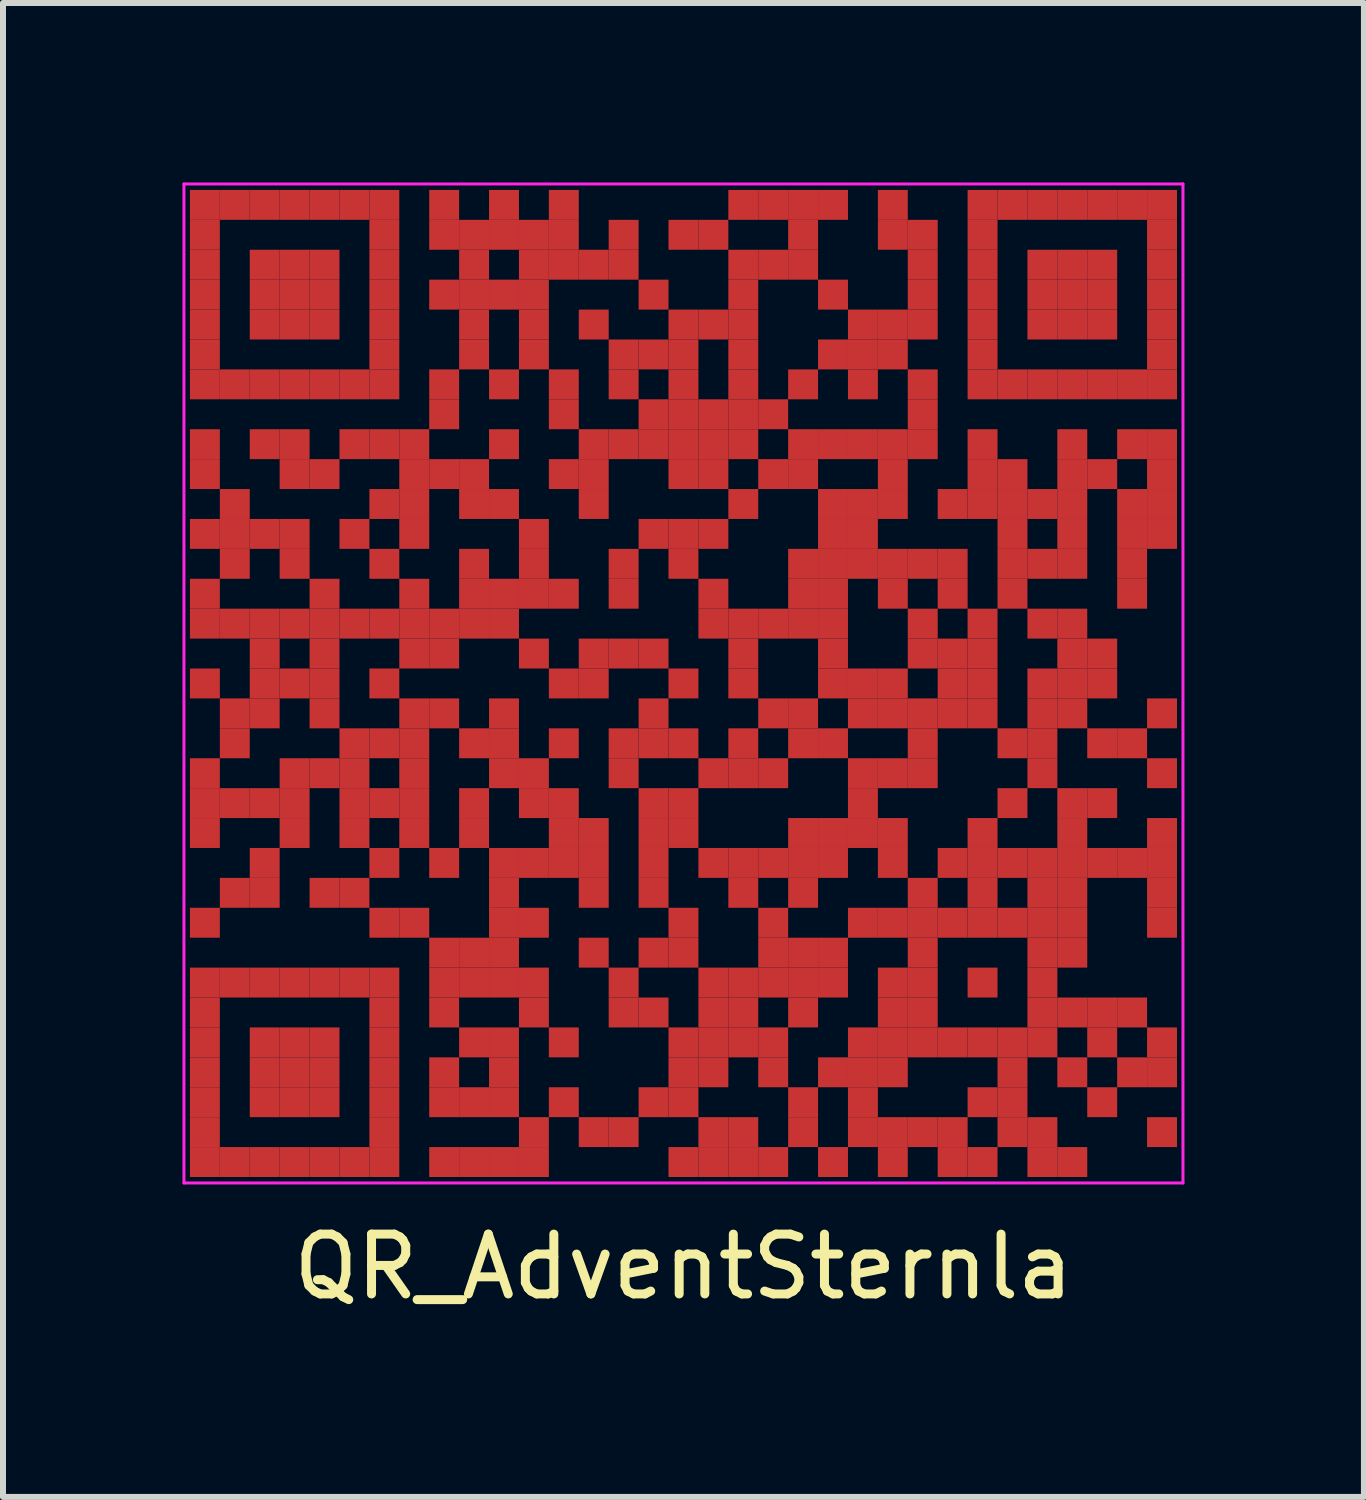
<source format=kicad_pcb>
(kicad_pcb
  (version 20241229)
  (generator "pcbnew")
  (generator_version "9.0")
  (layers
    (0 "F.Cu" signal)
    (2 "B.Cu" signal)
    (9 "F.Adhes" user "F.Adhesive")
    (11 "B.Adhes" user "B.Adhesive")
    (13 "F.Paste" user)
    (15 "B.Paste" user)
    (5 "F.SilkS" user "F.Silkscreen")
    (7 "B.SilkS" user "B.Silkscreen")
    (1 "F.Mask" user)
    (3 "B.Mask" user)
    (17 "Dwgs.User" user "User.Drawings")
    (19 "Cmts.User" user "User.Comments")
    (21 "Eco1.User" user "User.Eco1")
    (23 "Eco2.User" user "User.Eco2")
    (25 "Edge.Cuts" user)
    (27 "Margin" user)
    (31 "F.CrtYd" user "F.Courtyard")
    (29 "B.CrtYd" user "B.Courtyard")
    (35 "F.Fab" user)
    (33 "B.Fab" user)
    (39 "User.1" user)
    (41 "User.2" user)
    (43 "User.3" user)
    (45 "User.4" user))
  (footprint "QR_AdventSternla"
    (layer "F.Cu")
    (at 8.375 8.375)
    (property "Reference" "QR_AdventSternla" (at 0 9.75 0) (layer "F.SilkS") (effects (font (size 1 1) (thickness 0.15))))
    (fp_rect (start -8.3 -8.3) (end 8.3 8.3) (stroke (width 0) (type solid)) (fill yes) (layer "F.Mask"))
    (fp_line (start -8.35 -8.35) (end 8.35 -8.35) (stroke (width 0.05) (type solid)) (layer "F.CrtYd"))
    (fp_line (start -8.35 8.35) (end -8.35 -8.35) (stroke (width 0.05) (type solid)) (layer "F.CrtYd"))
    (fp_line (start 8.35 -8.35) (end 8.35 8.35) (stroke (width 0.05) (type solid)) (layer "F.CrtYd"))
    (fp_line (start 8.35 8.35) (end -8.35 8.35) (stroke (width 0.05) (type solid)) (layer "F.CrtYd"))
    (pad "" smd rect (at -8 -8) (size 0.5 0.5) (layers "F.Cu"))
    (pad "" smd rect (at -8 -7.5) (size 0.5 0.5) (layers "F.Cu"))
    (pad "" smd rect (at -8 -7) (size 0.5 0.5) (layers "F.Cu"))
    (pad "" smd rect (at -8 -6.5) (size 0.5 0.5) (layers "F.Cu"))
    (pad "" smd rect (at -8 -6) (size 0.5 0.5) (layers "F.Cu"))
    (pad "" smd rect (at -8 -5.5) (size 0.5 0.5) (layers "F.Cu"))
    (pad "" smd rect (at -8 -5) (size 0.5 0.5) (layers "F.Cu"))
    (pad "" smd rect (at -8 -4) (size 0.5 0.5) (layers "F.Cu"))
    (pad "" smd rect (at -8 -3.5) (size 0.5 0.5) (layers "F.Cu"))
    (pad "" smd rect (at -8 -2.5) (size 0.5 0.5) (layers "F.Cu"))
    (pad "" smd rect (at -8 -1.5) (size 0.5 0.5) (layers "F.Cu"))
    (pad "" smd rect (at -8 -1) (size 0.5 0.5) (layers "F.Cu"))
    (pad "" smd rect (at -8 0) (size 0.5 0.5) (layers "F.Cu"))
    (pad "" smd rect (at -8 1.5) (size 0.5 0.5) (layers "F.Cu"))
    (pad "" smd rect (at -8 2) (size 0.5 0.5) (layers "F.Cu"))
    (pad "" smd rect (at -8 2.5) (size 0.5 0.5) (layers "F.Cu"))
    (pad "" smd rect (at -8 4) (size 0.5 0.5) (layers "F.Cu"))
    (pad "" smd rect (at -8 5) (size 0.5 0.5) (layers "F.Cu"))
    (pad "" smd rect (at -8 5.5) (size 0.5 0.5) (layers "F.Cu"))
    (pad "" smd rect (at -8 6) (size 0.5 0.5) (layers "F.Cu"))
    (pad "" smd rect (at -8 6.5) (size 0.5 0.5) (layers "F.Cu"))
    (pad "" smd rect (at -8 7) (size 0.5 0.5) (layers "F.Cu"))
    (pad "" smd rect (at -8 7.5) (size 0.5 0.5) (layers "F.Cu"))
    (pad "" smd rect (at -8 8) (size 0.5 0.5) (layers "F.Cu"))
    (pad "" smd rect (at -7.5 -8) (size 0.5 0.5) (layers "F.Cu"))
    (pad "" smd rect (at -7.5 -5) (size 0.5 0.5) (layers "F.Cu"))
    (pad "" smd rect (at -7.5 -3) (size 0.5 0.5) (layers "F.Cu"))
    (pad "" smd rect (at -7.5 -2.5) (size 0.5 0.5) (layers "F.Cu"))
    (pad "" smd rect (at -7.5 -2) (size 0.5 0.5) (layers "F.Cu"))
    (pad "" smd rect (at -7.5 -1) (size 0.5 0.5) (layers "F.Cu"))
    (pad "" smd rect (at -7.5 0.5) (size 0.5 0.5) (layers "F.Cu"))
    (pad "" smd rect (at -7.5 1) (size 0.5 0.5) (layers "F.Cu"))
    (pad "" smd rect (at -7.5 2) (size 0.5 0.5) (layers "F.Cu"))
    (pad "" smd rect (at -7.5 3.5) (size 0.5 0.5) (layers "F.Cu"))
    (pad "" smd rect (at -7.5 5) (size 0.5 0.5) (layers "F.Cu"))
    (pad "" smd rect (at -7.5 8) (size 0.5 0.5) (layers "F.Cu"))
    (pad "" smd rect (at -7 -8) (size 0.5 0.5) (layers "F.Cu"))
    (pad "" smd rect (at -7 -7) (size 0.5 0.5) (layers "F.Cu"))
    (pad "" smd rect (at -7 -6.5) (size 0.5 0.5) (layers "F.Cu"))
    (pad "" smd rect (at -7 -6) (size 0.5 0.5) (layers "F.Cu"))
    (pad "" smd rect (at -7 -5) (size 0.5 0.5) (layers "F.Cu"))
    (pad "" smd rect (at -7 -4) (size 0.5 0.5) (layers "F.Cu"))
    (pad "" smd rect (at -7 -2.5) (size 0.5 0.5) (layers "F.Cu"))
    (pad "" smd rect (at -7 -1) (size 0.5 0.5) (layers "F.Cu"))
    (pad "" smd rect (at -7 -0.5) (size 0.5 0.5) (layers "F.Cu"))
    (pad "" smd rect (at -7 0) (size 0.5 0.5) (layers "F.Cu"))
    (pad "" smd rect (at -7 0.5) (size 0.5 0.5) (layers "F.Cu"))
    (pad "" smd rect (at -7 2) (size 0.5 0.5) (layers "F.Cu"))
    (pad "" smd rect (at -7 3) (size 0.5 0.5) (layers "F.Cu"))
    (pad "" smd rect (at -7 3.5) (size 0.5 0.5) (layers "F.Cu"))
    (pad "" smd rect (at -7 5) (size 0.5 0.5) (layers "F.Cu"))
    (pad "" smd rect (at -7 6) (size 0.5 0.5) (layers "F.Cu"))
    (pad "" smd rect (at -7 6.5) (size 0.5 0.5) (layers "F.Cu"))
    (pad "" smd rect (at -7 7) (size 0.5 0.5) (layers "F.Cu"))
    (pad "" smd rect (at -7 8) (size 0.5 0.5) (layers "F.Cu"))
    (pad "" smd rect (at -6.5 -8) (size 0.5 0.5) (layers "F.Cu"))
    (pad "" smd rect (at -6.5 -7) (size 0.5 0.5) (layers "F.Cu"))
    (pad "" smd rect (at -6.5 -6.5) (size 0.5 0.5) (layers "F.Cu"))
    (pad "" smd rect (at -6.5 -6) (size 0.5 0.5) (layers "F.Cu"))
    (pad "" smd rect (at -6.5 -5) (size 0.5 0.5) (layers "F.Cu"))
    (pad "" smd rect (at -6.5 -4) (size 0.5 0.5) (layers "F.Cu"))
    (pad "" smd rect (at -6.5 -3.5) (size 0.5 0.5) (layers "F.Cu"))
    (pad "" smd rect (at -6.5 -2.5) (size 0.5 0.5) (layers "F.Cu"))
    (pad "" smd rect (at -6.5 -2) (size 0.5 0.5) (layers "F.Cu"))
    (pad "" smd rect (at -6.5 -1) (size 0.5 0.5) (layers "F.Cu"))
    (pad "" smd rect (at -6.5 0) (size 0.5 0.5) (layers "F.Cu"))
    (pad "" smd rect (at -6.5 1.5) (size 0.5 0.5) (layers "F.Cu"))
    (pad "" smd rect (at -6.5 2) (size 0.5 0.5) (layers "F.Cu"))
    (pad "" smd rect (at -6.5 2.5) (size 0.5 0.5) (layers "F.Cu"))
    (pad "" smd rect (at -6.5 5) (size 0.5 0.5) (layers "F.Cu"))
    (pad "" smd rect (at -6.5 6) (size 0.5 0.5) (layers "F.Cu"))
    (pad "" smd rect (at -6.5 6.5) (size 0.5 0.5) (layers "F.Cu"))
    (pad "" smd rect (at -6.5 7) (size 0.5 0.5) (layers "F.Cu"))
    (pad "" smd rect (at -6.5 8) (size 0.5 0.5) (layers "F.Cu"))
    (pad "" smd rect (at -6 -8) (size 0.5 0.5) (layers "F.Cu"))
    (pad "" smd rect (at -6 -7) (size 0.5 0.5) (layers "F.Cu"))
    (pad "" smd rect (at -6 -6.5) (size 0.5 0.5) (layers "F.Cu"))
    (pad "" smd rect (at -6 -6) (size 0.5 0.5) (layers "F.Cu"))
    (pad "" smd rect (at -6 -5) (size 0.5 0.5) (layers "F.Cu"))
    (pad "" smd rect (at -6 -3.5) (size 0.5 0.5) (layers "F.Cu"))
    (pad "" smd rect (at -6 -1.5) (size 0.5 0.5) (layers "F.Cu"))
    (pad "" smd rect (at -6 -1) (size 0.5 0.5) (layers "F.Cu"))
    (pad "" smd rect (at -6 -0.5) (size 0.5 0.5) (layers "F.Cu"))
    (pad "" smd rect (at -6 0) (size 0.5 0.5) (layers "F.Cu"))
    (pad "" smd rect (at -6 0.5) (size 0.5 0.5) (layers "F.Cu"))
    (pad "" smd rect (at -6 1.5) (size 0.5 0.5) (layers "F.Cu"))
    (pad "" smd rect (at -6 3.5) (size 0.5 0.5) (layers "F.Cu"))
    (pad "" smd rect (at -6 5) (size 0.5 0.5) (layers "F.Cu"))
    (pad "" smd rect (at -6 6) (size 0.5 0.5) (layers "F.Cu"))
    (pad "" smd rect (at -6 6.5) (size 0.5 0.5) (layers "F.Cu"))
    (pad "" smd rect (at -6 7) (size 0.5 0.5) (layers "F.Cu"))
    (pad "" smd rect (at -6 8) (size 0.5 0.5) (layers "F.Cu"))
    (pad "" smd rect (at -5.5 -8) (size 0.5 0.5) (layers "F.Cu"))
    (pad "" smd rect (at -5.5 -5) (size 0.5 0.5) (layers "F.Cu"))
    (pad "" smd rect (at -5.5 -4) (size 0.5 0.5) (layers "F.Cu"))
    (pad "" smd rect (at -5.5 -2.5) (size 0.5 0.5) (layers "F.Cu"))
    (pad "" smd rect (at -5.5 -1) (size 0.5 0.5) (layers "F.Cu"))
    (pad "" smd rect (at -5.5 1) (size 0.5 0.5) (layers "F.Cu"))
    (pad "" smd rect (at -5.5 1.5) (size 0.5 0.5) (layers "F.Cu"))
    (pad "" smd rect (at -5.5 2) (size 0.5 0.5) (layers "F.Cu"))
    (pad "" smd rect (at -5.5 2.5) (size 0.5 0.5) (layers "F.Cu"))
    (pad "" smd rect (at -5.5 3.5) (size 0.5 0.5) (layers "F.Cu"))
    (pad "" smd rect (at -5.5 5) (size 0.5 0.5) (layers "F.Cu"))
    (pad "" smd rect (at -5.5 8) (size 0.5 0.5) (layers "F.Cu"))
    (pad "" smd rect (at -5 -8) (size 0.5 0.5) (layers "F.Cu"))
    (pad "" smd rect (at -5 -7.5) (size 0.5 0.5) (layers "F.Cu"))
    (pad "" smd rect (at -5 -7) (size 0.5 0.5) (layers "F.Cu"))
    (pad "" smd rect (at -5 -6.5) (size 0.5 0.5) (layers "F.Cu"))
    (pad "" smd rect (at -5 -6) (size 0.5 0.5) (layers "F.Cu"))
    (pad "" smd rect (at -5 -5.5) (size 0.5 0.5) (layers "F.Cu"))
    (pad "" smd rect (at -5 -5) (size 0.5 0.5) (layers "F.Cu"))
    (pad "" smd rect (at -5 -4) (size 0.5 0.5) (layers "F.Cu"))
    (pad "" smd rect (at -5 -3) (size 0.5 0.5) (layers "F.Cu"))
    (pad "" smd rect (at -5 -2) (size 0.5 0.5) (layers "F.Cu"))
    (pad "" smd rect (at -5 -1) (size 0.5 0.5) (layers "F.Cu"))
    (pad "" smd rect (at -5 0) (size 0.5 0.5) (layers "F.Cu"))
    (pad "" smd rect (at -5 1) (size 0.5 0.5) (layers "F.Cu"))
    (pad "" smd rect (at -5 2) (size 0.5 0.5) (layers "F.Cu"))
    (pad "" smd rect (at -5 3) (size 0.5 0.5) (layers "F.Cu"))
    (pad "" smd rect (at -5 4) (size 0.5 0.5) (layers "F.Cu"))
    (pad "" smd rect (at -5 5) (size 0.5 0.5) (layers "F.Cu"))
    (pad "" smd rect (at -5 5.5) (size 0.5 0.5) (layers "F.Cu"))
    (pad "" smd rect (at -5 6) (size 0.5 0.5) (layers "F.Cu"))
    (pad "" smd rect (at -5 6.5) (size 0.5 0.5) (layers "F.Cu"))
    (pad "" smd rect (at -5 7) (size 0.5 0.5) (layers "F.Cu"))
    (pad "" smd rect (at -5 7.5) (size 0.5 0.5) (layers "F.Cu"))
    (pad "" smd rect (at -5 8) (size 0.5 0.5) (layers "F.Cu"))
    (pad "" smd rect (at -4.5 -4) (size 0.5 0.5) (layers "F.Cu"))
    (pad "" smd rect (at -4.5 -3.5) (size 0.5 0.5) (layers "F.Cu"))
    (pad "" smd rect (at -4.5 -3) (size 0.5 0.5) (layers "F.Cu"))
    (pad "" smd rect (at -4.5 -2.5) (size 0.5 0.5) (layers "F.Cu"))
    (pad "" smd rect (at -4.5 -1.5) (size 0.5 0.5) (layers "F.Cu"))
    (pad "" smd rect (at -4.5 -1) (size 0.5 0.5) (layers "F.Cu"))
    (pad "" smd rect (at -4.5 -0.5) (size 0.5 0.5) (layers "F.Cu"))
    (pad "" smd rect (at -4.5 0.5) (size 0.5 0.5) (layers "F.Cu"))
    (pad "" smd rect (at -4.5 1) (size 0.5 0.5) (layers "F.Cu"))
    (pad "" smd rect (at -4.5 1.5) (size 0.5 0.5) (layers "F.Cu"))
    (pad "" smd rect (at -4.5 2) (size 0.5 0.5) (layers "F.Cu"))
    (pad "" smd rect (at -4.5 2.5) (size 0.5 0.5) (layers "F.Cu"))
    (pad "" smd rect (at -4.5 4) (size 0.5 0.5) (layers "F.Cu"))
    (pad "" smd rect (at -4 -8) (size 0.5 0.5) (layers "F.Cu"))
    (pad "" smd rect (at -4 -7.5) (size 0.5 0.5) (layers "F.Cu"))
    (pad "" smd rect (at -4 -6.5) (size 0.5 0.5) (layers "F.Cu"))
    (pad "" smd rect (at -4 -5) (size 0.5 0.5) (layers "F.Cu"))
    (pad "" smd rect (at -4 -4.5) (size 0.5 0.5) (layers "F.Cu"))
    (pad "" smd rect (at -4 -3.5) (size 0.5 0.5) (layers "F.Cu"))
    (pad "" smd rect (at -4 -1) (size 0.5 0.5) (layers "F.Cu"))
    (pad "" smd rect (at -4 -0.5) (size 0.5 0.5) (layers "F.Cu"))
    (pad "" smd rect (at -4 0.5) (size 0.5 0.5) (layers "F.Cu"))
    (pad "" smd rect (at -4 3) (size 0.5 0.5) (layers "F.Cu"))
    (pad "" smd rect (at -4 4.5) (size 0.5 0.5) (layers "F.Cu"))
    (pad "" smd rect (at -4 5) (size 0.5 0.5) (layers "F.Cu"))
    (pad "" smd rect (at -4 5.5) (size 0.5 0.5) (layers "F.Cu"))
    (pad "" smd rect (at -4 6.5) (size 0.5 0.5) (layers "F.Cu"))
    (pad "" smd rect (at -4 7) (size 0.5 0.5) (layers "F.Cu"))
    (pad "" smd rect (at -4 8) (size 0.5 0.5) (layers "F.Cu"))
    (pad "" smd rect (at -3.5 -7.5) (size 0.5 0.5) (layers "F.Cu"))
    (pad "" smd rect (at -3.5 -7) (size 0.5 0.5) (layers "F.Cu"))
    (pad "" smd rect (at -3.5 -6.5) (size 0.5 0.5) (layers "F.Cu"))
    (pad "" smd rect (at -3.5 -6) (size 0.5 0.5) (layers "F.Cu"))
    (pad "" smd rect (at -3.5 -5.5) (size 0.5 0.5) (layers "F.Cu"))
    (pad "" smd rect (at -3.5 -3.5) (size 0.5 0.5) (layers "F.Cu"))
    (pad "" smd rect (at -3.5 -3) (size 0.5 0.5) (layers "F.Cu"))
    (pad "" smd rect (at -3.5 -2) (size 0.5 0.5) (layers "F.Cu"))
    (pad "" smd rect (at -3.5 -1.5) (size 0.5 0.5) (layers "F.Cu"))
    (pad "" smd rect (at -3.5 -1) (size 0.5 0.5) (layers "F.Cu"))
    (pad "" smd rect (at -3.5 1) (size 0.5 0.5) (layers "F.Cu"))
    (pad "" smd rect (at -3.5 2) (size 0.5 0.5) (layers "F.Cu"))
    (pad "" smd rect (at -3.5 2.5) (size 0.5 0.5) (layers "F.Cu"))
    (pad "" smd rect (at -3.5 4.5) (size 0.5 0.5) (layers "F.Cu"))
    (pad "" smd rect (at -3.5 5) (size 0.5 0.5) (layers "F.Cu"))
    (pad "" smd rect (at -3.5 6) (size 0.5 0.5) (layers "F.Cu"))
    (pad "" smd rect (at -3.5 7) (size 0.5 0.5) (layers "F.Cu"))
    (pad "" smd rect (at -3.5 8) (size 0.5 0.5) (layers "F.Cu"))
    (pad "" smd rect (at -3 -8) (size 0.5 0.5) (layers "F.Cu"))
    (pad "" smd rect (at -3 -7.5) (size 0.5 0.5) (layers "F.Cu"))
    (pad "" smd rect (at -3 -6.5) (size 0.5 0.5) (layers "F.Cu"))
    (pad "" smd rect (at -3 -5) (size 0.5 0.5) (layers "F.Cu"))
    (pad "" smd rect (at -3 -4) (size 0.5 0.5) (layers "F.Cu"))
    (pad "" smd rect (at -3 -3) (size 0.5 0.5) (layers "F.Cu"))
    (pad "" smd rect (at -3 -1.5) (size 0.5 0.5) (layers "F.Cu"))
    (pad "" smd rect (at -3 -1) (size 0.5 0.5) (layers "F.Cu"))
    (pad "" smd rect (at -3 0.5) (size 0.5 0.5) (layers "F.Cu"))
    (pad "" smd rect (at -3 1) (size 0.5 0.5) (layers "F.Cu"))
    (pad "" smd rect (at -3 1.5) (size 0.5 0.5) (layers "F.Cu"))
    (pad "" smd rect (at -3 3) (size 0.5 0.5) (layers "F.Cu"))
    (pad "" smd rect (at -3 3.5) (size 0.5 0.5) (layers "F.Cu"))
    (pad "" smd rect (at -3 4) (size 0.5 0.5) (layers "F.Cu"))
    (pad "" smd rect (at -3 4.5) (size 0.5 0.5) (layers "F.Cu"))
    (pad "" smd rect (at -3 5) (size 0.5 0.5) (layers "F.Cu"))
    (pad "" smd rect (at -3 6) (size 0.5 0.5) (layers "F.Cu"))
    (pad "" smd rect (at -3 6.5) (size 0.5 0.5) (layers "F.Cu"))
    (pad "" smd rect (at -3 7) (size 0.5 0.5) (layers "F.Cu"))
    (pad "" smd rect (at -3 8) (size 0.5 0.5) (layers "F.Cu"))
    (pad "" smd rect (at -2.5 -7.5) (size 0.5 0.5) (layers "F.Cu"))
    (pad "" smd rect (at -2.5 -7) (size 0.5 0.5) (layers "F.Cu"))
    (pad "" smd rect (at -2.5 -6.5) (size 0.5 0.5) (layers "F.Cu"))
    (pad "" smd rect (at -2.5 -6) (size 0.5 0.5) (layers "F.Cu"))
    (pad "" smd rect (at -2.5 -5.5) (size 0.5 0.5) (layers "F.Cu"))
    (pad "" smd rect (at -2.5 -2.5) (size 0.5 0.5) (layers "F.Cu"))
    (pad "" smd rect (at -2.5 -2) (size 0.5 0.5) (layers "F.Cu"))
    (pad "" smd rect (at -2.5 -1.5) (size 0.5 0.5) (layers "F.Cu"))
    (pad "" smd rect (at -2.5 -0.5) (size 0.5 0.5) (layers "F.Cu"))
    (pad "" smd rect (at -2.5 1.5) (size 0.5 0.5) (layers "F.Cu"))
    (pad "" smd rect (at -2.5 2) (size 0.5 0.5) (layers "F.Cu"))
    (pad "" smd rect (at -2.5 3) (size 0.5 0.5) (layers "F.Cu"))
    (pad "" smd rect (at -2.5 4) (size 0.5 0.5) (layers "F.Cu"))
    (pad "" smd rect (at -2.5 5) (size 0.5 0.5) (layers "F.Cu"))
    (pad "" smd rect (at -2.5 5.5) (size 0.5 0.5) (layers "F.Cu"))
    (pad "" smd rect (at -2.5 7.5) (size 0.5 0.5) (layers "F.Cu"))
    (pad "" smd rect (at -2.5 8) (size 0.5 0.5) (layers "F.Cu"))
    (pad "" smd rect (at -2 -8) (size 0.5 0.5) (layers "F.Cu"))
    (pad "" smd rect (at -2 -7.5) (size 0.5 0.5) (layers "F.Cu"))
    (pad "" smd rect (at -2 -7) (size 0.5 0.5) (layers "F.Cu"))
    (pad "" smd rect (at -2 -5) (size 0.5 0.5) (layers "F.Cu"))
    (pad "" smd rect (at -2 -4.5) (size 0.5 0.5) (layers "F.Cu"))
    (pad "" smd rect (at -2 -3.5) (size 0.5 0.5) (layers "F.Cu"))
    (pad "" smd rect (at -2 -1.5) (size 0.5 0.5) (layers "F.Cu"))
    (pad "" smd rect (at -2 0) (size 0.5 0.5) (layers "F.Cu"))
    (pad "" smd rect (at -2 1) (size 0.5 0.5) (layers "F.Cu"))
    (pad "" smd rect (at -2 2) (size 0.5 0.5) (layers "F.Cu"))
    (pad "" smd rect (at -2 2.5) (size 0.5 0.5) (layers "F.Cu"))
    (pad "" smd rect (at -2 3) (size 0.5 0.5) (layers "F.Cu"))
    (pad "" smd rect (at -2 6) (size 0.5 0.5) (layers "F.Cu"))
    (pad "" smd rect (at -2 7) (size 0.5 0.5) (layers "F.Cu"))
    (pad "" smd rect (at -1.5 -7) (size 0.5 0.5) (layers "F.Cu"))
    (pad "" smd rect (at -1.5 -6) (size 0.5 0.5) (layers "F.Cu"))
    (pad "" smd rect (at -1.5 -4) (size 0.5 0.5) (layers "F.Cu"))
    (pad "" smd rect (at -1.5 -3.5) (size 0.5 0.5) (layers "F.Cu"))
    (pad "" smd rect (at -1.5 -3) (size 0.5 0.5) (layers "F.Cu"))
    (pad "" smd rect (at -1.5 -0.5) (size 0.5 0.5) (layers "F.Cu"))
    (pad "" smd rect (at -1.5 0) (size 0.5 0.5) (layers "F.Cu"))
    (pad "" smd rect (at -1.5 2.5) (size 0.5 0.5) (layers "F.Cu"))
    (pad "" smd rect (at -1.5 3) (size 0.5 0.5) (layers "F.Cu"))
    (pad "" smd rect (at -1.5 3.5) (size 0.5 0.5) (layers "F.Cu"))
    (pad "" smd rect (at -1.5 4.5) (size 0.5 0.5) (layers "F.Cu"))
    (pad "" smd rect (at -1.5 7.5) (size 0.5 0.5) (layers "F.Cu"))
    (pad "" smd rect (at -1 -7.5) (size 0.5 0.5) (layers "F.Cu"))
    (pad "" smd rect (at -1 -7) (size 0.5 0.5) (layers "F.Cu"))
    (pad "" smd rect (at -1 -5.5) (size 0.5 0.5) (layers "F.Cu"))
    (pad "" smd rect (at -1 -5) (size 0.5 0.5) (layers "F.Cu"))
    (pad "" smd rect (at -1 -4) (size 0.5 0.5) (layers "F.Cu"))
    (pad "" smd rect (at -1 -2) (size 0.5 0.5) (layers "F.Cu"))
    (pad "" smd rect (at -1 -1.5) (size 0.5 0.5) (layers "F.Cu"))
    (pad "" smd rect (at -1 -0.5) (size 0.5 0.5) (layers "F.Cu"))
    (pad "" smd rect (at -1 1) (size 0.5 0.5) (layers "F.Cu"))
    (pad "" smd rect (at -1 1.5) (size 0.5 0.5) (layers "F.Cu"))
    (pad "" smd rect (at -1 5) (size 0.5 0.5) (layers "F.Cu"))
    (pad "" smd rect (at -1 5.5) (size 0.5 0.5) (layers "F.Cu"))
    (pad "" smd rect (at -1 7.5) (size 0.5 0.5) (layers "F.Cu"))
    (pad "" smd rect (at -0.5 -6.5) (size 0.5 0.5) (layers "F.Cu"))
    (pad "" smd rect (at -0.5 -5.5) (size 0.5 0.5) (layers "F.Cu"))
    (pad "" smd rect (at -0.5 -4.5) (size 0.5 0.5) (layers "F.Cu"))
    (pad "" smd rect (at -0.5 -4) (size 0.5 0.5) (layers "F.Cu"))
    (pad "" smd rect (at -0.5 -2.5) (size 0.5 0.5) (layers "F.Cu"))
    (pad "" smd rect (at -0.5 -0.5) (size 0.5 0.5) (layers "F.Cu"))
    (pad "" smd rect (at -0.5 0.5) (size 0.5 0.5) (layers "F.Cu"))
    (pad "" smd rect (at -0.5 1) (size 0.5 0.5) (layers "F.Cu"))
    (pad "" smd rect (at -0.5 2) (size 0.5 0.5) (layers "F.Cu"))
    (pad "" smd rect (at -0.5 2.5) (size 0.5 0.5) (layers "F.Cu"))
    (pad "" smd rect (at -0.5 3) (size 0.5 0.5) (layers "F.Cu"))
    (pad "" smd rect (at -0.5 3.5) (size 0.5 0.5) (layers "F.Cu"))
    (pad "" smd rect (at -0.5 4.5) (size 0.5 0.5) (layers "F.Cu"))
    (pad "" smd rect (at -0.5 5.5) (size 0.5 0.5) (layers "F.Cu"))
    (pad "" smd rect (at -0.5 7) (size 0.5 0.5) (layers "F.Cu"))
    (pad "" smd rect (at 0 -7.5) (size 0.5 0.5) (layers "F.Cu"))
    (pad "" smd rect (at 0 -6) (size 0.5 0.5) (layers "F.Cu"))
    (pad "" smd rect (at 0 -5.5) (size 0.5 0.5) (layers "F.Cu"))
    (pad "" smd rect (at 0 -5) (size 0.5 0.5) (layers "F.Cu"))
    (pad "" smd rect (at 0 -4.5) (size 0.5 0.5) (layers "F.Cu"))
    (pad "" smd rect (at 0 -4) (size 0.5 0.5) (layers "F.Cu"))
    (pad "" smd rect (at 0 -3.5) (size 0.5 0.5) (layers "F.Cu"))
    (pad "" smd rect (at 0 -2.5) (size 0.5 0.5) (layers "F.Cu"))
    (pad "" smd rect (at 0 -2) (size 0.5 0.5) (layers "F.Cu"))
    (pad "" smd rect (at 0 0) (size 0.5 0.5) (layers "F.Cu"))
    (pad "" smd rect (at 0 1) (size 0.5 0.5) (layers "F.Cu"))
    (pad "" smd rect (at 0 2) (size 0.5 0.5) (layers "F.Cu"))
    (pad "" smd rect (at 0 2.5) (size 0.5 0.5) (layers "F.Cu"))
    (pad "" smd rect (at 0 4) (size 0.5 0.5) (layers "F.Cu"))
    (pad "" smd rect (at 0 4.5) (size 0.5 0.5) (layers "F.Cu"))
    (pad "" smd rect (at 0 6) (size 0.5 0.5) (layers "F.Cu"))
    (pad "" smd rect (at 0 6.5) (size 0.5 0.5) (layers "F.Cu"))
    (pad "" smd rect (at 0 7) (size 0.5 0.5) (layers "F.Cu"))
    (pad "" smd rect (at 0 8) (size 0.5 0.5) (layers "F.Cu"))
    (pad "" smd rect (at 0.5 -7.5) (size 0.5 0.5) (layers "F.Cu"))
    (pad "" smd rect (at 0.5 -6) (size 0.5 0.5) (layers "F.Cu"))
    (pad "" smd rect (at 0.5 -4.5) (size 0.5 0.5) (layers "F.Cu"))
    (pad "" smd rect (at 0.5 -4) (size 0.5 0.5) (layers "F.Cu"))
    (pad "" smd rect (at 0.5 -3.5) (size 0.5 0.5) (layers "F.Cu"))
    (pad "" smd rect (at 0.5 -2.5) (size 0.5 0.5) (layers "F.Cu"))
    (pad "" smd rect (at 0.5 -1.5) (size 0.5 0.5) (layers "F.Cu"))
    (pad "" smd rect (at 0.5 -1) (size 0.5 0.5) (layers "F.Cu"))
    (pad "" smd rect (at 0.5 1.5) (size 0.5 0.5) (layers "F.Cu"))
    (pad "" smd rect (at 0.5 3) (size 0.5 0.5) (layers "F.Cu"))
    (pad "" smd rect (at 0.5 5) (size 0.5 0.5) (layers "F.Cu"))
    (pad "" smd rect (at 0.5 5.5) (size 0.5 0.5) (layers "F.Cu"))
    (pad "" smd rect (at 0.5 6) (size 0.5 0.5) (layers "F.Cu"))
    (pad "" smd rect (at 0.5 6.5) (size 0.5 0.5) (layers "F.Cu"))
    (pad "" smd rect (at 0.5 7.5) (size 0.5 0.5) (layers "F.Cu"))
    (pad "" smd rect (at 0.5 8) (size 0.5 0.5) (layers "F.Cu"))
    (pad "" smd rect (at 1 -8) (size 0.5 0.5) (layers "F.Cu"))
    (pad "" smd rect (at 1 -7) (size 0.5 0.5) (layers "F.Cu"))
    (pad "" smd rect (at 1 -6.5) (size 0.5 0.5) (layers "F.Cu"))
    (pad "" smd rect (at 1 -6) (size 0.5 0.5) (layers "F.Cu"))
    (pad "" smd rect (at 1 -5.5) (size 0.5 0.5) (layers "F.Cu"))
    (pad "" smd rect (at 1 -5) (size 0.5 0.5) (layers "F.Cu"))
    (pad "" smd rect (at 1 -4.5) (size 0.5 0.5) (layers "F.Cu"))
    (pad "" smd rect (at 1 -4) (size 0.5 0.5) (layers "F.Cu"))
    (pad "" smd rect (at 1 -3) (size 0.5 0.5) (layers "F.Cu"))
    (pad "" smd rect (at 1 -1) (size 0.5 0.5) (layers "F.Cu"))
    (pad "" smd rect (at 1 -0.5) (size 0.5 0.5) (layers "F.Cu"))
    (pad "" smd rect (at 1 0) (size 0.5 0.5) (layers "F.Cu"))
    (pad "" smd rect (at 1 1) (size 0.5 0.5) (layers "F.Cu"))
    (pad "" smd rect (at 1 1.5) (size 0.5 0.5) (layers "F.Cu"))
    (pad "" smd rect (at 1 3) (size 0.5 0.5) (layers "F.Cu"))
    (pad "" smd rect (at 1 3.5) (size 0.5 0.5) (layers "F.Cu"))
    (pad "" smd rect (at 1 5) (size 0.5 0.5) (layers "F.Cu"))
    (pad "" smd rect (at 1 5.5) (size 0.5 0.5) (layers "F.Cu"))
    (pad "" smd rect (at 1 6) (size 0.5 0.5) (layers "F.Cu"))
    (pad "" smd rect (at 1 7.5) (size 0.5 0.5) (layers "F.Cu"))
    (pad "" smd rect (at 1 8) (size 0.5 0.5) (layers "F.Cu"))
    (pad "" smd rect (at 1.5 -8) (size 0.5 0.5) (layers "F.Cu"))
    (pad "" smd rect (at 1.5 -7) (size 0.5 0.5) (layers "F.Cu"))
    (pad "" smd rect (at 1.5 -4.5) (size 0.5 0.5) (layers "F.Cu"))
    (pad "" smd rect (at 1.5 -3.5) (size 0.5 0.5) (layers "F.Cu"))
    (pad "" smd rect (at 1.5 -1) (size 0.5 0.5) (layers "F.Cu"))
    (pad "" smd rect (at 1.5 0.5) (size 0.5 0.5) (layers "F.Cu"))
    (pad "" smd rect (at 1.5 1.5) (size 0.5 0.5) (layers "F.Cu"))
    (pad "" smd rect (at 1.5 3) (size 0.5 0.5) (layers "F.Cu"))
    (pad "" smd rect (at 1.5 4) (size 0.5 0.5) (layers "F.Cu"))
    (pad "" smd rect (at 1.5 4.5) (size 0.5 0.5) (layers "F.Cu"))
    (pad "" smd rect (at 1.5 5) (size 0.5 0.5) (layers "F.Cu"))
    (pad "" smd rect (at 1.5 6) (size 0.5 0.5) (layers "F.Cu"))
    (pad "" smd rect (at 1.5 6.5) (size 0.5 0.5) (layers "F.Cu"))
    (pad "" smd rect (at 1.5 8) (size 0.5 0.5) (layers "F.Cu"))
    (pad "" smd rect (at 2 -8) (size 0.5 0.5) (layers "F.Cu"))
    (pad "" smd rect (at 2 -7.5) (size 0.5 0.5) (layers "F.Cu"))
    (pad "" smd rect (at 2 -7) (size 0.5 0.5) (layers "F.Cu"))
    (pad "" smd rect (at 2 -5) (size 0.5 0.5) (layers "F.Cu"))
    (pad "" smd rect (at 2 -4) (size 0.5 0.5) (layers "F.Cu"))
    (pad "" smd rect (at 2 -3.5) (size 0.5 0.5) (layers "F.Cu"))
    (pad "" smd rect (at 2 -2) (size 0.5 0.5) (layers "F.Cu"))
    (pad "" smd rect (at 2 -1.5) (size 0.5 0.5) (layers "F.Cu"))
    (pad "" smd rect (at 2 -1) (size 0.5 0.5) (layers "F.Cu"))
    (pad "" smd rect (at 2 0.5) (size 0.5 0.5) (layers "F.Cu"))
    (pad "" smd rect (at 2 1) (size 0.5 0.5) (layers "F.Cu"))
    (pad "" smd rect (at 2 2.5) (size 0.5 0.5) (layers "F.Cu"))
    (pad "" smd rect (at 2 3) (size 0.5 0.5) (layers "F.Cu"))
    (pad "" smd rect (at 2 3.5) (size 0.5 0.5) (layers "F.Cu"))
    (pad "" smd rect (at 2 4.5) (size 0.5 0.5) (layers "F.Cu"))
    (pad "" smd rect (at 2 5) (size 0.5 0.5) (layers "F.Cu"))
    (pad "" smd rect (at 2 5.5) (size 0.5 0.5) (layers "F.Cu"))
    (pad "" smd rect (at 2 7) (size 0.5 0.5) (layers "F.Cu"))
    (pad "" smd rect (at 2 7.5) (size 0.5 0.5) (layers "F.Cu"))
    (pad "" smd rect (at 2.5 -8) (size 0.5 0.5) (layers "F.Cu"))
    (pad "" smd rect (at 2.5 -6.5) (size 0.5 0.5) (layers "F.Cu"))
    (pad "" smd rect (at 2.5 -5.5) (size 0.5 0.5) (layers "F.Cu"))
    (pad "" smd rect (at 2.5 -4) (size 0.5 0.5) (layers "F.Cu"))
    (pad "" smd rect (at 2.5 -3) (size 0.5 0.5) (layers "F.Cu"))
    (pad "" smd rect (at 2.5 -2.5) (size 0.5 0.5) (layers "F.Cu"))
    (pad "" smd rect (at 2.5 -2) (size 0.5 0.5) (layers "F.Cu"))
    (pad "" smd rect (at 2.5 -1.5) (size 0.5 0.5) (layers "F.Cu"))
    (pad "" smd rect (at 2.5 -1) (size 0.5 0.5) (layers "F.Cu"))
    (pad "" smd rect (at 2.5 -0.5) (size 0.5 0.5) (layers "F.Cu"))
    (pad "" smd rect (at 2.5 0) (size 0.5 0.5) (layers "F.Cu"))
    (pad "" smd rect (at 2.5 1) (size 0.5 0.5) (layers "F.Cu"))
    (pad "" smd rect (at 2.5 2.5) (size 0.5 0.5) (layers "F.Cu"))
    (pad "" smd rect (at 2.5 3) (size 0.5 0.5) (layers "F.Cu"))
    (pad "" smd rect (at 2.5 4.5) (size 0.5 0.5) (layers "F.Cu"))
    (pad "" smd rect (at 2.5 5) (size 0.5 0.5) (layers "F.Cu"))
    (pad "" smd rect (at 2.5 6.5) (size 0.5 0.5) (layers "F.Cu"))
    (pad "" smd rect (at 2.5 8) (size 0.5 0.5) (layers "F.Cu"))
    (pad "" smd rect (at 3 -6) (size 0.5 0.5) (layers "F.Cu"))
    (pad "" smd rect (at 3 -5.5) (size 0.5 0.5) (layers "F.Cu"))
    (pad "" smd rect (at 3 -5) (size 0.5 0.5) (layers "F.Cu"))
    (pad "" smd rect (at 3 -4) (size 0.5 0.5) (layers "F.Cu"))
    (pad "" smd rect (at 3 -3) (size 0.5 0.5) (layers "F.Cu"))
    (pad "" smd rect (at 3 -2.5) (size 0.5 0.5) (layers "F.Cu"))
    (pad "" smd rect (at 3 -2) (size 0.5 0.5) (layers "F.Cu"))
    (pad "" smd rect (at 3 0) (size 0.5 0.5) (layers "F.Cu"))
    (pad "" smd rect (at 3 0.5) (size 0.5 0.5) (layers "F.Cu"))
    (pad "" smd rect (at 3 1.5) (size 0.5 0.5) (layers "F.Cu"))
    (pad "" smd rect (at 3 2) (size 0.5 0.5) (layers "F.Cu"))
    (pad "" smd rect (at 3 2.5) (size 0.5 0.5) (layers "F.Cu"))
    (pad "" smd rect (at 3 4) (size 0.5 0.5) (layers "F.Cu"))
    (pad "" smd rect (at 3 6) (size 0.5 0.5) (layers "F.Cu"))
    (pad "" smd rect (at 3 6.5) (size 0.5 0.5) (layers "F.Cu"))
    (pad "" smd rect (at 3 7) (size 0.5 0.5) (layers "F.Cu"))
    (pad "" smd rect (at 3 7.5) (size 0.5 0.5) (layers "F.Cu"))
    (pad "" smd rect (at 3.5 -8) (size 0.5 0.5) (layers "F.Cu"))
    (pad "" smd rect (at 3.5 -7.5) (size 0.5 0.5) (layers "F.Cu"))
    (pad "" smd rect (at 3.5 -6) (size 0.5 0.5) (layers "F.Cu"))
    (pad "" smd rect (at 3.5 -5.5) (size 0.5 0.5) (layers "F.Cu"))
    (pad "" smd rect (at 3.5 -4) (size 0.5 0.5) (layers "F.Cu"))
    (pad "" smd rect (at 3.5 -3.5) (size 0.5 0.5) (layers "F.Cu"))
    (pad "" smd rect (at 3.5 -3) (size 0.5 0.5) (layers "F.Cu"))
    (pad "" smd rect (at 3.5 -2) (size 0.5 0.5) (layers "F.Cu"))
    (pad "" smd rect (at 3.5 -1.5) (size 0.5 0.5) (layers "F.Cu"))
    (pad "" smd rect (at 3.5 0) (size 0.5 0.5) (layers "F.Cu"))
    (pad "" smd rect (at 3.5 0.5) (size 0.5 0.5) (layers "F.Cu"))
    (pad "" smd rect (at 3.5 1.5) (size 0.5 0.5) (layers "F.Cu"))
    (pad "" smd rect (at 3.5 2.5) (size 0.5 0.5) (layers "F.Cu"))
    (pad "" smd rect (at 3.5 3) (size 0.5 0.5) (layers "F.Cu"))
    (pad "" smd rect (at 3.5 4) (size 0.5 0.5) (layers "F.Cu"))
    (pad "" smd rect (at 3.5 5) (size 0.5 0.5) (layers "F.Cu"))
    (pad "" smd rect (at 3.5 5.5) (size 0.5 0.5) (layers "F.Cu"))
    (pad "" smd rect (at 3.5 6) (size 0.5 0.5) (layers "F.Cu"))
    (pad "" smd rect (at 3.5 6.5) (size 0.5 0.5) (layers "F.Cu"))
    (pad "" smd rect (at 3.5 7.5) (size 0.5 0.5) (layers "F.Cu"))
    (pad "" smd rect (at 3.5 8) (size 0.5 0.5) (layers "F.Cu"))
    (pad "" smd rect (at 4 -7.5) (size 0.5 0.5) (layers "F.Cu"))
    (pad "" smd rect (at 4 -7) (size 0.5 0.5) (layers "F.Cu"))
    (pad "" smd rect (at 4 -6.5) (size 0.5 0.5) (layers "F.Cu"))
    (pad "" smd rect (at 4 -6) (size 0.5 0.5) (layers "F.Cu"))
    (pad "" smd rect (at 4 -5) (size 0.5 0.5) (layers "F.Cu"))
    (pad "" smd rect (at 4 -4.5) (size 0.5 0.5) (layers "F.Cu"))
    (pad "" smd rect (at 4 -4) (size 0.5 0.5) (layers "F.Cu"))
    (pad "" smd rect (at 4 -2) (size 0.5 0.5) (layers "F.Cu"))
    (pad "" smd rect (at 4 -1) (size 0.5 0.5) (layers "F.Cu"))
    (pad "" smd rect (at 4 -0.5) (size 0.5 0.5) (layers "F.Cu"))
    (pad "" smd rect (at 4 0.5) (size 0.5 0.5) (layers "F.Cu"))
    (pad "" smd rect (at 4 1) (size 0.5 0.5) (layers "F.Cu"))
    (pad "" smd rect (at 4 1.5) (size 0.5 0.5) (layers "F.Cu"))
    (pad "" smd rect (at 4 3.5) (size 0.5 0.5) (layers "F.Cu"))
    (pad "" smd rect (at 4 4) (size 0.5 0.5) (layers "F.Cu"))
    (pad "" smd rect (at 4 4.5) (size 0.5 0.5) (layers "F.Cu"))
    (pad "" smd rect (at 4 5) (size 0.5 0.5) (layers "F.Cu"))
    (pad "" smd rect (at 4 5.5) (size 0.5 0.5) (layers "F.Cu"))
    (pad "" smd rect (at 4 6) (size 0.5 0.5) (layers "F.Cu"))
    (pad "" smd rect (at 4 7.5) (size 0.5 0.5) (layers "F.Cu"))
    (pad "" smd rect (at 4.5 -3) (size 0.5 0.5) (layers "F.Cu"))
    (pad "" smd rect (at 4.5 -2) (size 0.5 0.5) (layers "F.Cu"))
    (pad "" smd rect (at 4.5 -1.5) (size 0.5 0.5) (layers "F.Cu"))
    (pad "" smd rect (at 4.5 -0.5) (size 0.5 0.5) (layers "F.Cu"))
    (pad "" smd rect (at 4.5 0) (size 0.5 0.5) (layers "F.Cu"))
    (pad "" smd rect (at 4.5 0.5) (size 0.5 0.5) (layers "F.Cu"))
    (pad "" smd rect (at 4.5 3) (size 0.5 0.5) (layers "F.Cu"))
    (pad "" smd rect (at 4.5 4) (size 0.5 0.5) (layers "F.Cu"))
    (pad "" smd rect (at 4.5 6) (size 0.5 0.5) (layers "F.Cu"))
    (pad "" smd rect (at 4.5 7.5) (size 0.5 0.5) (layers "F.Cu"))
    (pad "" smd rect (at 4.5 8) (size 0.5 0.5) (layers "F.Cu"))
    (pad "" smd rect (at 5 -8) (size 0.5 0.5) (layers "F.Cu"))
    (pad "" smd rect (at 5 -7.5) (size 0.5 0.5) (layers "F.Cu"))
    (pad "" smd rect (at 5 -7) (size 0.5 0.5) (layers "F.Cu"))
    (pad "" smd rect (at 5 -6.5) (size 0.5 0.5) (layers "F.Cu"))
    (pad "" smd rect (at 5 -6) (size 0.5 0.5) (layers "F.Cu"))
    (pad "" smd rect (at 5 -5.5) (size 0.5 0.5) (layers "F.Cu"))
    (pad "" smd rect (at 5 -5) (size 0.5 0.5) (layers "F.Cu"))
    (pad "" smd rect (at 5 -4) (size 0.5 0.5) (layers "F.Cu"))
    (pad "" smd rect (at 5 -3.5) (size 0.5 0.5) (layers "F.Cu"))
    (pad "" smd rect (at 5 -3) (size 0.5 0.5) (layers "F.Cu"))
    (pad "" smd rect (at 5 -1) (size 0.5 0.5) (layers "F.Cu"))
    (pad "" smd rect (at 5 -0.5) (size 0.5 0.5) (layers "F.Cu"))
    (pad "" smd rect (at 5 0) (size 0.5 0.5) (layers "F.Cu"))
    (pad "" smd rect (at 5 0.5) (size 0.5 0.5) (layers "F.Cu"))
    (pad "" smd rect (at 5 2.5) (size 0.5 0.5) (layers "F.Cu"))
    (pad "" smd rect (at 5 3) (size 0.5 0.5) (layers "F.Cu"))
    (pad "" smd rect (at 5 3.5) (size 0.5 0.5) (layers "F.Cu"))
    (pad "" smd rect (at 5 4) (size 0.5 0.5) (layers "F.Cu"))
    (pad "" smd rect (at 5 5) (size 0.5 0.5) (layers "F.Cu"))
    (pad "" smd rect (at 5 6) (size 0.5 0.5) (layers "F.Cu"))
    (pad "" smd rect (at 5 7) (size 0.5 0.5) (layers "F.Cu"))
    (pad "" smd rect (at 5 8) (size 0.5 0.5) (layers "F.Cu"))
    (pad "" smd rect (at 5.5 -8) (size 0.5 0.5) (layers "F.Cu"))
    (pad "" smd rect (at 5.5 -5) (size 0.5 0.5) (layers "F.Cu"))
    (pad "" smd rect (at 5.5 -3.5) (size 0.5 0.5) (layers "F.Cu"))
    (pad "" smd rect (at 5.5 -3) (size 0.5 0.5) (layers "F.Cu"))
    (pad "" smd rect (at 5.5 -2.5) (size 0.5 0.5) (layers "F.Cu"))
    (pad "" smd rect (at 5.5 -2) (size 0.5 0.5) (layers "F.Cu"))
    (pad "" smd rect (at 5.5 -1.5) (size 0.5 0.5) (layers "F.Cu"))
    (pad "" smd rect (at 5.5 1) (size 0.5 0.5) (layers "F.Cu"))
    (pad "" smd rect (at 5.5 2) (size 0.5 0.5) (layers "F.Cu"))
    (pad "" smd rect (at 5.5 3) (size 0.5 0.5) (layers "F.Cu"))
    (pad "" smd rect (at 5.5 4) (size 0.5 0.5) (layers "F.Cu"))
    (pad "" smd rect (at 5.5 6) (size 0.5 0.5) (layers "F.Cu"))
    (pad "" smd rect (at 5.5 6.5) (size 0.5 0.5) (layers "F.Cu"))
    (pad "" smd rect (at 5.5 7) (size 0.5 0.5) (layers "F.Cu"))
    (pad "" smd rect (at 5.5 7.5) (size 0.5 0.5) (layers "F.Cu"))
    (pad "" smd rect (at 6 -8) (size 0.5 0.5) (layers "F.Cu"))
    (pad "" smd rect (at 6 -7) (size 0.5 0.5) (layers "F.Cu"))
    (pad "" smd rect (at 6 -6.5) (size 0.5 0.5) (layers "F.Cu"))
    (pad "" smd rect (at 6 -6) (size 0.5 0.5) (layers "F.Cu"))
    (pad "" smd rect (at 6 -5) (size 0.5 0.5) (layers "F.Cu"))
    (pad "" smd rect (at 6 -3) (size 0.5 0.5) (layers "F.Cu"))
    (pad "" smd rect (at 6 -2) (size 0.5 0.5) (layers "F.Cu"))
    (pad "" smd rect (at 6 -1) (size 0.5 0.5) (layers "F.Cu"))
    (pad "" smd rect (at 6 0) (size 0.5 0.5) (layers "F.Cu"))
    (pad "" smd rect (at 6 0.5) (size 0.5 0.5) (layers "F.Cu"))
    (pad "" smd rect (at 6 1) (size 0.5 0.5) (layers "F.Cu"))
    (pad "" smd rect (at 6 1.5) (size 0.5 0.5) (layers "F.Cu"))
    (pad "" smd rect (at 6 3) (size 0.5 0.5) (layers "F.Cu"))
    (pad "" smd rect (at 6 3.5) (size 0.5 0.5) (layers "F.Cu"))
    (pad "" smd rect (at 6 4) (size 0.5 0.5) (layers "F.Cu"))
    (pad "" smd rect (at 6 4.5) (size 0.5 0.5) (layers "F.Cu"))
    (pad "" smd rect (at 6 5) (size 0.5 0.5) (layers "F.Cu"))
    (pad "" smd rect (at 6 5.5) (size 0.5 0.5) (layers "F.Cu"))
    (pad "" smd rect (at 6 6) (size 0.5 0.5) (layers "F.Cu"))
    (pad "" smd rect (at 6 7.5) (size 0.5 0.5) (layers "F.Cu"))
    (pad "" smd rect (at 6 8) (size 0.5 0.5) (layers "F.Cu"))
    (pad "" smd rect (at 6.5 -8) (size 0.5 0.5) (layers "F.Cu"))
    (pad "" smd rect (at 6.5 -7) (size 0.5 0.5) (layers "F.Cu"))
    (pad "" smd rect (at 6.5 -6.5) (size 0.5 0.5) (layers "F.Cu"))
    (pad "" smd rect (at 6.5 -6) (size 0.5 0.5) (layers "F.Cu"))
    (pad "" smd rect (at 6.5 -5) (size 0.5 0.5) (layers "F.Cu"))
    (pad "" smd rect (at 6.5 -4) (size 0.5 0.5) (layers "F.Cu"))
    (pad "" smd rect (at 6.5 -3.5) (size 0.5 0.5) (layers "F.Cu"))
    (pad "" smd rect (at 6.5 -3) (size 0.5 0.5) (layers "F.Cu"))
    (pad "" smd rect (at 6.5 -2.5) (size 0.5 0.5) (layers "F.Cu"))
    (pad "" smd rect (at 6.5 -2) (size 0.5 0.5) (layers "F.Cu"))
    (pad "" smd rect (at 6.5 -1) (size 0.5 0.5) (layers "F.Cu"))
    (pad "" smd rect (at 6.5 -0.5) (size 0.5 0.5) (layers "F.Cu"))
    (pad "" smd rect (at 6.5 0) (size 0.5 0.5) (layers "F.Cu"))
    (pad "" smd rect (at 6.5 0.5) (size 0.5 0.5) (layers "F.Cu"))
    (pad "" smd rect (at 6.5 2) (size 0.5 0.5) (layers "F.Cu"))
    (pad "" smd rect (at 6.5 2.5) (size 0.5 0.5) (layers "F.Cu"))
    (pad "" smd rect (at 6.5 3) (size 0.5 0.5) (layers "F.Cu"))
    (pad "" smd rect (at 6.5 3.5) (size 0.5 0.5) (layers "F.Cu"))
    (pad "" smd rect (at 6.5 4) (size 0.5 0.5) (layers "F.Cu"))
    (pad "" smd rect (at 6.5 4.5) (size 0.5 0.5) (layers "F.Cu"))
    (pad "" smd rect (at 6.5 5.5) (size 0.5 0.5) (layers "F.Cu"))
    (pad "" smd rect (at 6.5 6.5) (size 0.5 0.5) (layers "F.Cu"))
    (pad "" smd rect (at 6.5 8) (size 0.5 0.5) (layers "F.Cu"))
    (pad "" smd rect (at 7 -8) (size 0.5 0.5) (layers "F.Cu"))
    (pad "" smd rect (at 7 -7) (size 0.5 0.5) (layers "F.Cu"))
    (pad "" smd rect (at 7 -6.5) (size 0.5 0.5) (layers "F.Cu"))
    (pad "" smd rect (at 7 -6) (size 0.5 0.5) (layers "F.Cu"))
    (pad "" smd rect (at 7 -5) (size 0.5 0.5) (layers "F.Cu"))
    (pad "" smd rect (at 7 -3.5) (size 0.5 0.5) (layers "F.Cu"))
    (pad "" smd rect (at 7 -0.5) (size 0.5 0.5) (layers "F.Cu"))
    (pad "" smd rect (at 7 0) (size 0.5 0.5) (layers "F.Cu"))
    (pad "" smd rect (at 7 1) (size 0.5 0.5) (layers "F.Cu"))
    (pad "" smd rect (at 7 2) (size 0.5 0.5) (layers "F.Cu"))
    (pad "" smd rect (at 7 3) (size 0.5 0.5) (layers "F.Cu"))
    (pad "" smd rect (at 7 5.5) (size 0.5 0.5) (layers "F.Cu"))
    (pad "" smd rect (at 7 6) (size 0.5 0.5) (layers "F.Cu"))
    (pad "" smd rect (at 7 7) (size 0.5 0.5) (layers "F.Cu"))
    (pad "" smd rect (at 7.5 -8) (size 0.5 0.5) (layers "F.Cu"))
    (pad "" smd rect (at 7.5 -5) (size 0.5 0.5) (layers "F.Cu"))
    (pad "" smd rect (at 7.5 -4) (size 0.5 0.5) (layers "F.Cu"))
    (pad "" smd rect (at 7.5 -3) (size 0.5 0.5) (layers "F.Cu"))
    (pad "" smd rect (at 7.5 -2.5) (size 0.5 0.5) (layers "F.Cu"))
    (pad "" smd rect (at 7.5 -2) (size 0.5 0.5) (layers "F.Cu"))
    (pad "" smd rect (at 7.5 -1.5) (size 0.5 0.5) (layers "F.Cu"))
    (pad "" smd rect (at 7.5 1) (size 0.5 0.5) (layers "F.Cu"))
    (pad "" smd rect (at 7.5 3) (size 0.5 0.5) (layers "F.Cu"))
    (pad "" smd rect (at 7.5 5.5) (size 0.5 0.5) (layers "F.Cu"))
    (pad "" smd rect (at 7.5 6.5) (size 0.5 0.5) (layers "F.Cu"))
    (pad "" smd rect (at 8 -8) (size 0.5 0.5) (layers "F.Cu"))
    (pad "" smd rect (at 8 -7.5) (size 0.5 0.5) (layers "F.Cu"))
    (pad "" smd rect (at 8 -7) (size 0.5 0.5) (layers "F.Cu"))
    (pad "" smd rect (at 8 -6.5) (size 0.5 0.5) (layers "F.Cu"))
    (pad "" smd rect (at 8 -6) (size 0.5 0.5) (layers "F.Cu"))
    (pad "" smd rect (at 8 -5.5) (size 0.5 0.5) (layers "F.Cu"))
    (pad "" smd rect (at 8 -5) (size 0.5 0.5) (layers "F.Cu"))
    (pad "" smd rect (at 8 -4) (size 0.5 0.5) (layers "F.Cu"))
    (pad "" smd rect (at 8 -3.5) (size 0.5 0.5) (layers "F.Cu"))
    (pad "" smd rect (at 8 -3) (size 0.5 0.5) (layers "F.Cu"))
    (pad "" smd rect (at 8 -2.5) (size 0.5 0.5) (layers "F.Cu"))
    (pad "" smd rect (at 8 0.5) (size 0.5 0.5) (layers "F.Cu"))
    (pad "" smd rect (at 8 1.5) (size 0.5 0.5) (layers "F.Cu"))
    (pad "" smd rect (at 8 2.5) (size 0.5 0.5) (layers "F.Cu"))
    (pad "" smd rect (at 8 3) (size 0.5 0.5) (layers "F.Cu"))
    (pad "" smd rect (at 8 3.5) (size 0.5 0.5) (layers "F.Cu"))
    (pad "" smd rect (at 8 4) (size 0.5 0.5) (layers "F.Cu"))
    (pad "" smd rect (at 8 6) (size 0.5 0.5) (layers "F.Cu"))
    (pad "" smd rect (at 8 6.5) (size 0.5 0.5) (layers "F.Cu"))
    (pad "" smd rect (at 8 7.5) (size 0.5 0.5) (layers "F.Cu")))
  (gr_rect
    (start -3 -3)
    (end 19.75 21.973)
    (stroke (width 0.1) (type default))
    (fill no)
    (layer "Edge.Cuts")))
</source>
